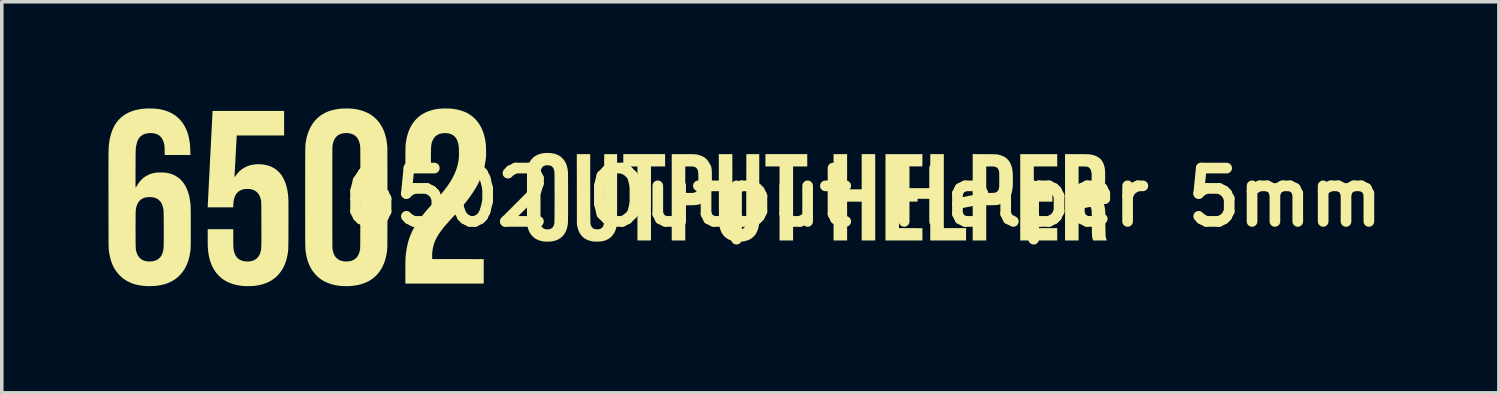
<source format=kicad_pcb>
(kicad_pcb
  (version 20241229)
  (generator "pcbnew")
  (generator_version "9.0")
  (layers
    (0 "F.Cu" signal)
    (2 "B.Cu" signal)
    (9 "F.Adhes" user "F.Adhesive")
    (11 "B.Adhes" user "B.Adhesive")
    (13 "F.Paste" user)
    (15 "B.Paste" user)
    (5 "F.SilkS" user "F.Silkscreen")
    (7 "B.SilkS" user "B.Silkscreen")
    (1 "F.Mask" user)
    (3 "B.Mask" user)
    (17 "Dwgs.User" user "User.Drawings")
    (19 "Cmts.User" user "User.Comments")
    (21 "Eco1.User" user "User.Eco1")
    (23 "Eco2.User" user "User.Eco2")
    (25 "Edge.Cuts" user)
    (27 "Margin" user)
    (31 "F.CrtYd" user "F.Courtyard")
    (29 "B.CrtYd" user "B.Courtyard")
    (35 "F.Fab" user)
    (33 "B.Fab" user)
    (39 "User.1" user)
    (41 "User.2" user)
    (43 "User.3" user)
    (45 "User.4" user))
  (footprint "6502 Output Helper 5mm"
    (layer "F.Cu")
    (at 21.237 2.499)
    (property "Reference" "6502 Output Helper 5mm" (at 0 0 0) (layer "F.SilkS") (effects (font (size 1.5 1.5) (thickness 0.3))))
    (attr board_only exclude_from_pos_files exclude_from_bom)
    (fp_poly (pts (xy 2.259 -0.173) (xy 2.259 0.867) (xy 2.572 0.867) (xy 2.885 0.867) (xy 2.885 1.041) (xy 2.885 1.214) (xy 2.382 1.214) (xy 1.878 1.214) (xy 1.878 0) (xy 1.878 -1.214) (xy 2.069 -1.214) (xy 2.259 -1.214)) (stroke (width 0) (type solid)) (fill yes) (layer "F.SilkS"))
    (fp_poly (pts (xy -5.58 -1.041) (xy -5.58 -0.867) (xy -5.779 -0.867) (xy -5.978 -0.867) (xy -5.978 0.173) (xy -5.978 1.214) (xy -6.168 1.214) (xy -6.358 1.214) (xy -6.358 0.173) (xy -6.358 -0.867) (xy -6.557 -0.867) (xy -6.756 -0.867) (xy -6.756 -1.041) (xy -6.756 -1.214) (xy -6.168 -1.214) (xy -5.58 -1.214)) (stroke (width 0) (type solid)) (fill yes) (layer "F.SilkS"))
    (fp_poly (pts (xy -1.582 -1.041) (xy -1.582 -0.867) (xy -1.781 -0.867) (xy -1.98 -0.867) (xy -1.98 0.173) (xy -1.98 1.214) (xy -2.17 1.214) (xy -2.361 1.214) (xy -2.361 0.173) (xy -2.361 -0.867) (xy -2.559 -0.867) (xy -2.758 -0.867) (xy -2.758 -1.041) (xy -2.758 -1.214) (xy -2.17 -1.214) (xy -1.582 -1.214)) (stroke (width 0) (type solid)) (fill yes) (layer "F.SilkS"))
    (fp_poly (pts (xy -0.461 -0.719) (xy -0.461 -0.224) (xy -0.256 -0.224) (xy -0.051 -0.224) (xy -0.051 -0.719) (xy -0.051 -1.214) (xy 0.14 -1.214) (xy 0.33 -1.214) (xy 0.33 0) (xy 0.33 1.214) (xy 0.14 1.214) (xy -0.051 1.214) (xy -0.051 0.668) (xy -0.051 0.123) (xy -0.256 0.123) (xy -0.461 0.123) (xy -0.461 0.668) (xy -0.461 1.214) (xy -0.651 1.214) (xy -0.842 1.214) (xy -0.842 0) (xy -0.842 -1.214) (xy -0.651 -1.214) (xy -0.461 -1.214)) (stroke (width 0) (type solid)) (fill yes) (layer "F.SilkS"))
    (fp_poly (pts (xy 1.657 -1.042) (xy 1.656 -0.869) (xy 1.327 -0.868) (xy 0.998 -0.867) (xy 0.998 -0.546) (xy 0.998 -0.224) (xy 1.261 -0.224) (xy 1.523 -0.224) (xy 1.522 -0.052) (xy 1.521 0.121) (xy 1.26 0.122) (xy 0.998 0.123) (xy 0.998 0.495) (xy 0.998 0.867) (xy 1.327 0.868) (xy 1.656 0.869) (xy 1.657 1.042) (xy 1.658 1.214) (xy 1.138 1.214) (xy 0.618 1.214) (xy 0.618 0) (xy 0.618 -1.214) (xy 1.138 -1.214) (xy 1.658 -1.214)) (stroke (width 0) (type solid)) (fill yes) (layer "F.SilkS"))
    (fp_poly (pts (xy 5.449 -1.041) (xy 5.449 -0.867) (xy 5.119 -0.867) (xy 4.789 -0.867) (xy 4.79 -0.547) (xy 4.791 -0.226) (xy 5.052 -0.225) (xy 5.314 -0.224) (xy 5.314 -0.051) (xy 5.314 0.123) (xy 5.051 0.123) (xy 4.789 0.123) (xy 4.789 0.495) (xy 4.789 0.867) (xy 5.119 0.867) (xy 5.449 0.867) (xy 5.449 1.041) (xy 5.449 1.214) (xy 4.929 1.214) (xy 4.408 1.214) (xy 4.408 0) (xy 4.408 -1.214) (xy 4.929 -1.214) (xy 5.449 -1.214)) (stroke (width 0) (type solid)) (fill yes) (layer "F.SilkS"))
    (fp_poly (pts (xy 3.405 -1.213) (xy 3.467 -1.213) (xy 3.521 -1.212) (xy 3.568 -1.212) (xy 3.608 -1.212) (xy 3.643 -1.211) (xy 3.672 -1.211) (xy 3.696 -1.21) (xy 3.716 -1.209) (xy 3.732 -1.209) (xy 3.745 -1.208) (xy 3.756 -1.207) (xy 3.765 -1.206) (xy 3.772 -1.204) (xy 3.774 -1.204) (xy 3.84 -1.188) (xy 3.9 -1.167) (xy 3.954 -1.142) (xy 4.001 -1.112) (xy 4.044 -1.076) (xy 4.081 -1.034) (xy 4.102 -1.005) (xy 4.132 -0.953) (xy 4.157 -0.895) (xy 4.176 -0.831) (xy 4.189 -0.761) (xy 4.197 -0.696) (xy 4.198 -0.674) (xy 4.199 -0.645) (xy 4.2 -0.61) (xy 4.2 -0.571) (xy 4.201 -0.53) (xy 4.201 -0.487) (xy 4.201 -0.445) (xy 4.2 -0.404) (xy 4.2 -0.367) (xy 4.199 -0.334) (xy 4.197 -0.307) (xy 4.197 -0.294) (xy 4.187 -0.217) (xy 4.173 -0.147) (xy 4.153 -0.083) (xy 4.127 -0.025) (xy 4.095 0.027) (xy 4.057 0.072) (xy 4.014 0.112) (xy 3.965 0.146) (xy 3.909 0.174) (xy 3.848 0.196) (xy 3.78 0.213) (xy 3.774 0.214) (xy 3.76 0.216) (xy 3.744 0.218) (xy 3.725 0.219) (xy 3.702 0.221) (xy 3.674 0.222) (xy 3.64 0.222) (xy 3.599 0.223) (xy 3.593 0.223) (xy 3.452 0.225) (xy 3.452 0.72) (xy 3.452 1.214) (xy 3.262 1.214) (xy 3.071 1.214) (xy 3.071 -0.000213) (xy 3.071 -0.495) (xy 3.452 -0.495) (xy 3.452 -0.123) (xy 3.561 -0.123) (xy 3.601 -0.123) (xy 3.632 -0.124) (xy 3.657 -0.124) (xy 3.676 -0.126) (xy 3.688 -0.128) (xy 3.691 -0.128) (xy 3.727 -0.142) (xy 3.757 -0.16) (xy 3.78 -0.184) (xy 3.794 -0.206) (xy 3.799 -0.218) (xy 3.805 -0.235) (xy 3.81 -0.253) (xy 3.81 -0.256) (xy 3.812 -0.264) (xy 3.813 -0.273) (xy 3.815 -0.283) (xy 3.816 -0.296) (xy 3.817 -0.311) (xy 3.817 -0.329) (xy 3.818 -0.353) (xy 3.818 -0.381) (xy 3.818 -0.416) (xy 3.818 -0.458) (xy 3.818 -0.497) (xy 3.818 -0.545) (xy 3.818 -0.586) (xy 3.818 -0.619) (xy 3.817 -0.647) (xy 3.817 -0.669) (xy 3.816 -0.687) (xy 3.815 -0.701) (xy 3.814 -0.712) (xy 3.813 -0.721) (xy 3.812 -0.729) (xy 3.811 -0.734) (xy 3.799 -0.77) (xy 3.785 -0.799) (xy 3.766 -0.822) (xy 3.744 -0.839) (xy 3.734 -0.845) (xy 3.72 -0.851) (xy 3.708 -0.856) (xy 3.695 -0.86) (xy 3.68 -0.863) (xy 3.662 -0.865) (xy 3.64 -0.866) (xy 3.612 -0.867) (xy 3.578 -0.867) (xy 3.561 -0.867) (xy 3.452 -0.867) (xy 3.452 -0.495) (xy 3.071 -0.495) (xy 3.071 -1.215)) (stroke (width 0) (type solid)) (fill yes) (layer "F.SilkS"))
    (fp_poly (pts (xy -5.019 -1.214) (xy -4.963 -1.214) (xy -4.914 -1.214) (xy -4.871 -1.213) (xy -4.834 -1.213) (xy -4.802 -1.212) (xy -4.775 -1.211) (xy -4.751 -1.21) (xy -4.73 -1.208) (xy -4.712 -1.206) (xy -4.695 -1.204) (xy -4.679 -1.201) (xy -4.664 -1.198) (xy -4.648 -1.194) (xy -4.636 -1.191) (xy -4.573 -1.172) (xy -4.516 -1.146) (xy -4.465 -1.114) (xy -4.42 -1.075) (xy -4.38 -1.031) (xy -4.346 -0.98) (xy -4.318 -0.923) (xy -4.295 -0.86) (xy -4.29 -0.842) (xy -4.285 -0.823) (xy -4.281 -0.806) (xy -4.278 -0.79) (xy -4.275 -0.773) (xy -4.272 -0.756) (xy -4.27 -0.737) (xy -4.269 -0.716) (xy -4.268 -0.691) (xy -4.267 -0.662) (xy -4.267 -0.628) (xy -4.267 -0.588) (xy -4.266 -0.541) (xy -4.266 -0.495) (xy -4.266 -0.444) (xy -4.267 -0.4) (xy -4.267 -0.364) (xy -4.267 -0.333) (xy -4.267 -0.308) (xy -4.268 -0.287) (xy -4.269 -0.27) (xy -4.27 -0.256) (xy -4.271 -0.244) (xy -4.272 -0.233) (xy -4.274 -0.223) (xy -4.274 -0.222) (xy -4.288 -0.157) (xy -4.305 -0.099) (xy -4.326 -0.047) (xy -4.351 -0.001) (xy -4.381 0.041) (xy -4.405 0.07) (xy -4.441 0.104) (xy -4.478 0.133) (xy -4.52 0.158) (xy -4.53 0.163) (xy -4.563 0.178) (xy -4.596 0.191) (xy -4.629 0.201) (xy -4.665 0.209) (xy -4.704 0.215) (xy -4.748 0.22) (xy -4.797 0.223) (xy -4.852 0.224) (xy -4.893 0.224) (xy -5.013 0.224) (xy -5.013 0.719) (xy -5.013 1.214) (xy -5.204 1.214) (xy -5.394 1.214) (xy -5.394 0) (xy -5.394 -0.495) (xy -5.013 -0.495) (xy -5.013 -0.123) (xy -4.902 -0.123) (xy -4.862 -0.123) (xy -4.83 -0.123) (xy -4.805 -0.124) (xy -4.787 -0.126) (xy -4.774 -0.128) (xy -4.77 -0.128) (xy -4.736 -0.141) (xy -4.708 -0.158) (xy -4.686 -0.182) (xy -4.668 -0.211) (xy -4.656 -0.247) (xy -4.652 -0.266) (xy -4.65 -0.28) (xy -4.648 -0.302) (xy -4.647 -0.33) (xy -4.646 -0.363) (xy -4.645 -0.4) (xy -4.645 -0.439) (xy -4.644 -0.48) (xy -4.644 -0.521) (xy -4.645 -0.562) (xy -4.645 -0.601) (xy -4.646 -0.636) (xy -4.647 -0.668) (xy -4.649 -0.694) (xy -4.65 -0.714) (xy -4.652 -0.723) (xy -4.661 -0.761) (xy -4.675 -0.793) (xy -4.693 -0.818) (xy -4.716 -0.837) (xy -4.745 -0.852) (xy -4.764 -0.859) (xy -4.773 -0.861) (xy -4.783 -0.863) (xy -4.795 -0.865) (xy -4.809 -0.866) (xy -4.827 -0.867) (xy -4.85 -0.867) (xy -4.88 -0.867) (xy -4.903 -0.867) (xy -5.013 -0.867) (xy -5.013 -0.495) (xy -5.394 -0.495) (xy -5.394 -1.214) (xy -5.083 -1.214)) (stroke (width 0) (type solid)) (fill yes) (layer "F.SilkS"))
    (fp_poly (pts (xy -7.686 -0.244) (xy -7.686 -0.136) (xy -7.685 -0.036) (xy -7.685 0.057) (xy -7.685 0.142) (xy -7.685 0.219) (xy -7.685 0.29) (xy -7.685 0.355) (xy -7.684 0.413) (xy -7.684 0.466) (xy -7.684 0.513) (xy -7.684 0.555) (xy -7.683 0.592) (xy -7.683 0.625) (xy -7.682 0.654) (xy -7.681 0.678) (xy -7.681 0.7) (xy -7.68 0.718) (xy -7.679 0.733) (xy -7.677 0.746) (xy -7.676 0.757) (xy -7.675 0.766) (xy -7.673 0.773) (xy -7.672 0.78) (xy -7.67 0.785) (xy -7.668 0.79) (xy -7.665 0.795) (xy -7.663 0.8) (xy -7.66 0.806) (xy -7.659 0.809) (xy -7.647 0.828) (xy -7.631 0.848) (xy -7.613 0.866) (xy -7.595 0.879) (xy -7.591 0.881) (xy -7.563 0.892) (xy -7.53 0.899) (xy -7.494 0.902) (xy -7.458 0.9) (xy -7.425 0.894) (xy -7.419 0.893) (xy -7.395 0.883) (xy -7.372 0.869) (xy -7.352 0.854) (xy -7.343 0.845) (xy -7.332 0.828) (xy -7.32 0.806) (xy -7.311 0.781) (xy -7.303 0.757) (xy -7.303 0.753) (xy -7.302 0.749) (xy -7.301 0.743) (xy -7.3 0.737) (xy -7.3 0.729) (xy -7.299 0.718) (xy -7.299 0.706) (xy -7.298 0.691) (xy -7.298 0.673) (xy -7.298 0.652) (xy -7.297 0.627) (xy -7.297 0.598) (xy -7.297 0.565) (xy -7.296 0.528) (xy -7.296 0.485) (xy -7.296 0.437) (xy -7.296 0.384) (xy -7.296 0.325) (xy -7.295 0.259) (xy -7.295 0.187) (xy -7.295 0.108) (xy -7.295 0.022) (xy -7.295 -0.072) (xy -7.295 -0.174) (xy -7.295 -0.244) (xy -7.293 -1.214) (xy -7.111 -1.214) (xy -6.93 -1.214) (xy -6.93 -0.256) (xy -6.93 -0.131) (xy -6.93 -0.015) (xy -6.93 0.093) (xy -6.93 0.192) (xy -6.93 0.283) (xy -6.93 0.366) (xy -6.931 0.44) (xy -6.931 0.507) (xy -6.931 0.565) (xy -6.932 0.615) (xy -6.932 0.657) (xy -6.932 0.69) (xy -6.933 0.716) (xy -6.933 0.734) (xy -6.934 0.744) (xy -6.934 0.744) (xy -6.945 0.817) (xy -6.961 0.884) (xy -6.983 0.945) (xy -7.01 1.001) (xy -7.043 1.051) (xy -7.079 1.095) (xy -7.109 1.124) (xy -7.139 1.149) (xy -7.171 1.169) (xy -7.199 1.185) (xy -7.237 1.203) (xy -7.274 1.217) (xy -7.312 1.228) (xy -7.352 1.236) (xy -7.396 1.242) (xy -7.445 1.245) (xy -7.48 1.246) (xy -7.507 1.246) (xy -7.533 1.246) (xy -7.556 1.246) (xy -7.573 1.246) (xy -7.584 1.246) (xy -7.585 1.245) (xy -7.656 1.233) (xy -7.721 1.216) (xy -7.78 1.192) (xy -7.833 1.163) (xy -7.881 1.128) (xy -7.924 1.086) (xy -7.961 1.037) (xy -7.979 1.011) (xy -8 0.971) (xy -8.019 0.928) (xy -8.034 0.879) (xy -8.048 0.823) (xy -8.052 0.806) (xy -8.061 0.759) (xy -8.062 -0.227) (xy -8.064 -1.214) (xy -7.875 -1.214) (xy -7.687 -1.214)) (stroke (width 0) (type solid)) (fill yes) (layer "F.SilkS"))
    (fp_poly (pts (xy -3.688 -0.244) (xy -3.688 -0.136) (xy -3.688 -0.036) (xy -3.687 0.057) (xy -3.687 0.142) (xy -3.687 0.219) (xy -3.687 0.29) (xy -3.687 0.355) (xy -3.687 0.413) (xy -3.686 0.466) (xy -3.686 0.513) (xy -3.686 0.555) (xy -3.685 0.592) (xy -3.685 0.625) (xy -3.684 0.654) (xy -3.683 0.678) (xy -3.683 0.7) (xy -3.682 0.718) (xy -3.681 0.733) (xy -3.68 0.746) (xy -3.678 0.757) (xy -3.677 0.766) (xy -3.675 0.773) (xy -3.674 0.78) (xy -3.672 0.785) (xy -3.67 0.79) (xy -3.667 0.795) (xy -3.665 0.8) (xy -3.662 0.806) (xy -3.661 0.809) (xy -3.649 0.828) (xy -3.633 0.848) (xy -3.615 0.866) (xy -3.597 0.879) (xy -3.594 0.881) (xy -3.564 0.893) (xy -3.529 0.899) (xy -3.492 0.902) (xy -3.455 0.899) (xy -3.42 0.892) (xy -3.391 0.881) (xy -3.373 0.869) (xy -3.355 0.852) (xy -3.338 0.832) (xy -3.325 0.812) (xy -3.324 0.809) (xy -3.321 0.803) (xy -3.318 0.797) (xy -3.316 0.792) (xy -3.314 0.788) (xy -3.312 0.782) (xy -3.31 0.777) (xy -3.308 0.77) (xy -3.307 0.762) (xy -3.306 0.752) (xy -3.304 0.74) (xy -3.303 0.726) (xy -3.302 0.709) (xy -3.301 0.69) (xy -3.301 0.667) (xy -3.3 0.64) (xy -3.3 0.609) (xy -3.299 0.574) (xy -3.299 0.535) (xy -3.298 0.49) (xy -3.298 0.441) (xy -3.298 0.385) (xy -3.298 0.324) (xy -3.298 0.256) (xy -3.297 0.182) (xy -3.297 0.1) (xy -3.297 0.012) (xy -3.297 -0.084) (xy -3.297 -0.189) (xy -3.297 -0.244) (xy -3.295 -1.214) (xy -3.114 -1.214) (xy -2.932 -1.214) (xy -2.932 -0.256) (xy -2.932 -0.131) (xy -2.932 -0.015) (xy -2.932 0.093) (xy -2.932 0.192) (xy -2.932 0.283) (xy -2.932 0.366) (xy -2.933 0.44) (xy -2.933 0.507) (xy -2.933 0.565) (xy -2.934 0.615) (xy -2.934 0.657) (xy -2.935 0.69) (xy -2.935 0.716) (xy -2.936 0.734) (xy -2.936 0.744) (xy -2.936 0.744) (xy -2.947 0.817) (xy -2.964 0.886) (xy -2.987 0.949) (xy -3.014 1.006) (xy -3.035 1.038) (xy -3.054 1.064) (xy -3.078 1.091) (xy -3.105 1.117) (xy -3.131 1.14) (xy -3.154 1.157) (xy -3.202 1.186) (xy -3.253 1.208) (xy -3.309 1.226) (xy -3.349 1.236) (xy -3.373 1.24) (xy -3.404 1.243) (xy -3.439 1.245) (xy -3.477 1.246) (xy -3.514 1.247) (xy -3.551 1.246) (xy -3.583 1.245) (xy -3.61 1.242) (xy -3.613 1.242) (xy -3.682 1.228) (xy -3.746 1.208) (xy -3.804 1.181) (xy -3.857 1.148) (xy -3.904 1.109) (xy -3.945 1.064) (xy -3.98 1.013) (xy -4.009 0.955) (xy -4.033 0.892) (xy -4.046 0.842) (xy -4.048 0.832) (xy -4.05 0.822) (xy -4.052 0.813) (xy -4.054 0.804) (xy -4.056 0.795) (xy -4.057 0.785) (xy -4.059 0.774) (xy -4.06 0.762) (xy -4.061 0.748) (xy -4.062 0.732) (xy -4.063 0.713) (xy -4.064 0.692) (xy -4.064 0.668) (xy -4.065 0.64) (xy -4.065 0.608) (xy -4.066 0.572) (xy -4.066 0.532) (xy -4.067 0.487) (xy -4.067 0.437) (xy -4.067 0.381) (xy -4.067 0.32) (xy -4.068 0.252) (xy -4.068 0.178) (xy -4.068 0.097) (xy -4.068 0.008) (xy -4.068 -0.088) (xy -4.068 -0.192) (xy -4.069 -0.246) (xy -4.07 -1.214) (xy -3.88 -1.214) (xy -3.689 -1.214)) (stroke (width 0) (type solid)) (fill yes) (layer "F.SilkS"))
    (fp_poly (pts (xy 6.041 -1.214) (xy 6.097 -1.214) (xy 6.148 -1.214) (xy 6.195 -1.213) (xy 6.236 -1.213) (xy 6.271 -1.212) (xy 6.3 -1.211) (xy 6.321 -1.211) (xy 6.335 -1.21) (xy 6.336 -1.21) (xy 6.408 -1.199) (xy 6.473 -1.184) (xy 6.532 -1.164) (xy 6.584 -1.138) (xy 6.63 -1.108) (xy 6.67 -1.071) (xy 6.704 -1.029) (xy 6.733 -0.982) (xy 6.757 -0.928) (xy 6.757 -0.928) (xy 6.765 -0.905) (xy 6.772 -0.882) (xy 6.778 -0.856) (xy 6.785 -0.825) (xy 6.786 -0.816) (xy 6.789 -0.803) (xy 6.791 -0.79) (xy 6.792 -0.775) (xy 6.794 -0.758) (xy 6.795 -0.738) (xy 6.795 -0.713) (xy 6.796 -0.682) (xy 6.797 -0.644) (xy 6.797 -0.619) (xy 6.798 -0.57) (xy 6.798 -0.525) (xy 6.797 -0.486) (xy 6.797 -0.453) (xy 6.795 -0.428) (xy 6.795 -0.416) (xy 6.785 -0.346) (xy 6.77 -0.283) (xy 6.75 -0.226) (xy 6.724 -0.176) (xy 6.692 -0.131) (xy 6.655 -0.093) (xy 6.612 -0.061) (xy 6.584 -0.045) (xy 6.569 -0.037) (xy 6.557 -0.03) (xy 6.551 -0.025) (xy 6.55 -0.024) (xy 6.554 -0.021) (xy 6.564 -0.016) (xy 6.578 -0.01) (xy 6.582 -0.008) (xy 6.623 0.012) (xy 6.66 0.037) (xy 6.692 0.067) (xy 6.72 0.103) (xy 6.743 0.145) (xy 6.762 0.194) (xy 6.778 0.25) (xy 6.79 0.313) (xy 6.793 0.329) (xy 6.794 0.339) (xy 6.795 0.351) (xy 6.796 0.365) (xy 6.797 0.382) (xy 6.798 0.401) (xy 6.799 0.425) (xy 6.799 0.453) (xy 6.8 0.486) (xy 6.801 0.525) (xy 6.801 0.57) (xy 6.802 0.622) (xy 6.802 0.682) (xy 6.803 0.723) (xy 6.803 0.796) (xy 6.804 0.861) (xy 6.805 0.918) (xy 6.806 0.968) (xy 6.807 1.01) (xy 6.808 1.044) (xy 6.809 1.071) (xy 6.81 1.089) (xy 6.811 1.098) (xy 6.818 1.132) (xy 6.826 1.165) (xy 6.836 1.193) (xy 6.837 1.196) (xy 6.845 1.214) (xy 6.651 1.214) (xy 6.457 1.214) (xy 6.448 1.186) (xy 6.444 1.17) (xy 6.44 1.154) (xy 6.436 1.138) (xy 6.433 1.121) (xy 6.431 1.102) (xy 6.428 1.081) (xy 6.427 1.057) (xy 6.425 1.029) (xy 6.424 0.997) (xy 6.423 0.96) (xy 6.423 0.918) (xy 6.422 0.869) (xy 6.422 0.813) (xy 6.422 0.75) (xy 6.422 0.715) (xy 6.422 0.661) (xy 6.422 0.61) (xy 6.421 0.562) (xy 6.421 0.518) (xy 6.42 0.479) (xy 6.42 0.446) (xy 6.419 0.42) (xy 6.418 0.4) (xy 6.418 0.388) (xy 6.418 0.387) (xy 6.41 0.341) (xy 6.4 0.302) (xy 6.386 0.269) (xy 6.368 0.242) (xy 6.353 0.226) (xy 6.336 0.211) (xy 6.317 0.2) (xy 6.296 0.19) (xy 6.271 0.183) (xy 6.242 0.178) (xy 6.207 0.175) (xy 6.165 0.174) (xy 6.135 0.174) (xy 6.05 0.173) (xy 6.05 0.694) (xy 6.05 1.214) (xy 5.859 1.214) (xy 5.669 1.214) (xy 5.669 0) (xy 5.669 -0.521) (xy 6.05 -0.521) (xy 6.05 -0.173) (xy 6.133 -0.174) (xy 6.161 -0.174) (xy 6.188 -0.174) (xy 6.213 -0.175) (xy 6.232 -0.176) (xy 6.245 -0.178) (xy 6.286 -0.187) (xy 6.322 -0.203) (xy 6.352 -0.225) (xy 6.377 -0.254) (xy 6.396 -0.29) (xy 6.408 -0.322) (xy 6.41 -0.334) (xy 6.412 -0.353) (xy 6.414 -0.378) (xy 6.415 -0.408) (xy 6.416 -0.442) (xy 6.417 -0.478) (xy 6.417 -0.515) (xy 6.417 -0.553) (xy 6.417 -0.589) (xy 6.417 -0.623) (xy 6.416 -0.653) (xy 6.414 -0.679) (xy 6.413 -0.699) (xy 6.412 -0.706) (xy 6.401 -0.749) (xy 6.386 -0.785) (xy 6.365 -0.815) (xy 6.339 -0.839) (xy 6.309 -0.855) (xy 6.309 -0.855) (xy 6.301 -0.858) (xy 6.293 -0.86) (xy 6.285 -0.862) (xy 6.274 -0.863) (xy 6.26 -0.864) (xy 6.241 -0.865) (xy 6.217 -0.866) (xy 6.186 -0.866) (xy 6.167 -0.866) (xy 6.05 -0.868) (xy 6.05 -0.521) (xy 5.669 -0.521) (xy 5.669 -1.214) (xy 5.982 -1.214)) (stroke (width 0) (type solid)) (fill yes) (layer "F.SilkS"))
    (fp_poly (pts (xy -11.702 -2.497) (xy -11.664 -2.497) (xy -11.63 -2.495) (xy -11.601 -2.494) (xy -11.587 -2.492) (xy -11.486 -2.479) (xy -11.39 -2.459) (xy -11.301 -2.434) (xy -11.217 -2.402) (xy -11.139 -2.365) (xy -11.066 -2.322) (xy -10.999 -2.272) (xy -10.937 -2.217) (xy -10.932 -2.212) (xy -10.875 -2.149) (xy -10.823 -2.082) (xy -10.778 -2.01) (xy -10.738 -1.934) (xy -10.704 -1.851) (xy -10.675 -1.763) (xy -10.651 -1.669) (xy -10.633 -1.568) (xy -10.625 -1.51) (xy -10.622 -1.484) (xy -10.62 -1.45) (xy -10.618 -1.411) (xy -10.617 -1.369) (xy -10.615 -1.325) (xy -10.615 -1.281) (xy -10.615 -1.238) (xy -10.615 -1.199) (xy -10.616 -1.164) (xy -10.618 -1.135) (xy -10.618 -1.132) (xy -10.632 -1.017) (xy -10.651 -0.904) (xy -10.678 -0.792) (xy -10.712 -0.681) (xy -10.753 -0.571) (xy -10.801 -0.461) (xy -10.856 -0.35) (xy -10.92 -0.239) (xy -10.991 -0.127) (xy -11.071 -0.013) (xy -11.071 -0.013) (xy -11.114 0.046) (xy -11.159 0.105) (xy -11.207 0.165) (xy -11.256 0.225) (xy -11.309 0.288) (xy -11.366 0.354) (xy -11.428 0.423) (xy -11.495 0.497) (xy -11.536 0.542) (xy -11.596 0.606) (xy -11.65 0.666) (xy -11.699 0.721) (xy -11.743 0.771) (xy -11.783 0.819) (xy -11.819 0.863) (xy -11.852 0.905) (xy -11.883 0.945) (xy -11.911 0.984) (xy -11.937 1.022) (xy -11.962 1.06) (xy -11.964 1.064) (xy -12.012 1.148) (xy -12.052 1.233) (xy -12.084 1.321) (xy -12.108 1.411) (xy -12.124 1.503) (xy -12.132 1.599) (xy -12.132 1.684) (xy -12.131 1.737) (xy -11.407 1.738) (xy -10.682 1.739) (xy -10.682 2.084) (xy -10.682 2.428) (xy -11.784 2.428) (xy -12.886 2.428) (xy -12.886 2.106) (xy -12.886 2.037) (xy -12.886 1.977) (xy -12.886 1.924) (xy -12.885 1.877) (xy -12.885 1.836) (xy -12.884 1.801) (xy -12.883 1.77) (xy -12.882 1.743) (xy -12.881 1.72) (xy -12.88 1.7) (xy -12.88 1.699) (xy -12.869 1.58) (xy -12.853 1.467) (xy -12.833 1.36) (xy -12.808 1.257) (xy -12.777 1.157) (xy -12.741 1.06) (xy -12.698 0.965) (xy -12.649 0.87) (xy -12.594 0.776) (xy -12.531 0.68) (xy -12.46 0.582) (xy -12.449 0.567) (xy -12.416 0.524) (xy -12.383 0.483) (xy -12.349 0.441) (xy -12.313 0.397) (xy -12.273 0.352) (xy -12.231 0.304) (xy -12.184 0.252) (xy -12.131 0.195) (xy -12.127 0.19) (xy -12.04 0.095) (xy -11.96 0.005) (xy -11.886 -0.081) (xy -11.819 -0.164) (xy -11.757 -0.243) (xy -11.701 -0.32) (xy -11.65 -0.394) (xy -11.605 -0.466) (xy -11.564 -0.536) (xy -11.528 -0.605) (xy -11.496 -0.674) (xy -11.468 -0.742) (xy -11.444 -0.81) (xy -11.424 -0.879) (xy -11.407 -0.949) (xy -11.393 -1.02) (xy -11.386 -1.07) (xy -11.383 -1.096) (xy -11.381 -1.128) (xy -11.379 -1.165) (xy -11.378 -1.206) (xy -11.378 -1.248) (xy -11.378 -1.29) (xy -11.379 -1.331) (xy -11.38 -1.369) (xy -11.382 -1.401) (xy -11.385 -1.428) (xy -11.385 -1.434) (xy -11.396 -1.496) (xy -11.41 -1.55) (xy -11.426 -1.597) (xy -11.446 -1.638) (xy -11.469 -1.674) (xy -11.496 -1.705) (xy -11.527 -1.733) (xy -11.548 -1.748) (xy -11.594 -1.772) (xy -11.644 -1.79) (xy -11.699 -1.801) (xy -11.758 -1.806) (xy -11.797 -1.805) (xy -11.858 -1.798) (xy -11.913 -1.786) (xy -11.963 -1.766) (xy -12.007 -1.741) (xy -12.046 -1.709) (xy -12.079 -1.67) (xy -12.107 -1.625) (xy -12.129 -1.574) (xy -12.136 -1.555) (xy -12.142 -1.537) (xy -12.147 -1.518) (xy -12.151 -1.499) (xy -12.155 -1.479) (xy -12.158 -1.456) (xy -12.16 -1.431) (xy -12.162 -1.403) (xy -12.164 -1.37) (xy -12.165 -1.333) (xy -12.166 -1.29) (xy -12.167 -1.241) (xy -12.167 -1.185) (xy -12.167 -1.122) (xy -12.167 -1.091) (xy -12.167 -0.808) (xy -12.527 -0.808) (xy -12.887 -0.808) (xy -12.885 -1.126) (xy -12.885 -1.188) (xy -12.884 -1.243) (xy -12.884 -1.29) (xy -12.883 -1.33) (xy -12.883 -1.365) (xy -12.882 -1.395) (xy -12.882 -1.42) (xy -12.881 -1.441) (xy -12.88 -1.46) (xy -12.879 -1.475) (xy -12.878 -1.489) (xy -12.876 -1.502) (xy -12.876 -1.504) (xy -12.86 -1.608) (xy -12.84 -1.704) (xy -12.815 -1.795) (xy -12.785 -1.879) (xy -12.75 -1.958) (xy -12.709 -2.032) (xy -12.663 -2.101) (xy -12.611 -2.165) (xy -12.554 -2.225) (xy -12.491 -2.28) (xy -12.424 -2.328) (xy -12.351 -2.37) (xy -12.272 -2.407) (xy -12.188 -2.437) (xy -12.098 -2.462) (xy -12.002 -2.481) (xy -11.913 -2.493) (xy -11.889 -2.494) (xy -11.858 -2.496) (xy -11.822 -2.497) (xy -11.783 -2.498) (xy -11.743 -2.498)) (stroke (width 0) (type solid)) (fill yes) (layer "F.SilkS"))
    (fp_poly (pts (xy -8.81 -1.245) (xy -8.739 -1.235) (xy -8.674 -1.22) (xy -8.613 -1.198) (xy -8.558 -1.169) (xy -8.508 -1.134) (xy -8.473 -1.103) (xy -8.432 -1.057) (xy -8.397 -1.006) (xy -8.368 -0.95) (xy -8.345 -0.888) (xy -8.328 -0.82) (xy -8.316 -0.746) (xy -8.313 -0.713) (xy -8.312 -0.702) (xy -8.312 -0.682) (xy -8.311 -0.655) (xy -8.311 -0.621) (xy -8.311 -0.582) (xy -8.31 -0.536) (xy -8.31 -0.486) (xy -8.31 -0.431) (xy -8.309 -0.373) (xy -8.309 -0.311) (xy -8.309 -0.246) (xy -8.309 -0.18) (xy -8.309 -0.112) (xy -8.309 -0.043) (xy -8.309 0.027) (xy -8.309 0.096) (xy -8.309 0.164) (xy -8.309 0.231) (xy -8.309 0.296) (xy -8.309 0.359) (xy -8.309 0.418) (xy -8.31 0.474) (xy -8.31 0.525) (xy -8.31 0.572) (xy -8.311 0.613) (xy -8.311 0.648) (xy -8.312 0.676) (xy -8.312 0.698) (xy -8.313 0.711) (xy -8.313 0.713) (xy -8.318 0.761) (xy -8.324 0.803) (xy -8.332 0.842) (xy -8.343 0.881) (xy -8.347 0.893) (xy -8.371 0.956) (xy -8.402 1.014) (xy -8.438 1.065) (xy -8.48 1.11) (xy -8.528 1.149) (xy -8.581 1.182) (xy -8.64 1.208) (xy -8.704 1.228) (xy -8.774 1.241) (xy -8.778 1.242) (xy -8.807 1.245) (xy -8.841 1.246) (xy -8.879 1.247) (xy -8.917 1.247) (xy -8.954 1.246) (xy -8.986 1.243) (xy -9.003 1.242) (xy -9.072 1.228) (xy -9.136 1.208) (xy -9.196 1.181) (xy -9.249 1.149) (xy -9.297 1.109) (xy -9.34 1.064) (xy -9.376 1.013) (xy -9.406 0.956) (xy -9.431 0.893) (xy -9.441 0.859) (xy -9.444 0.847) (xy -9.446 0.836) (xy -9.449 0.826) (xy -9.451 0.816) (xy -9.454 0.806) (xy -9.455 0.795) (xy -9.457 0.783) (xy -9.459 0.77) (xy -9.46 0.755) (xy -9.461 0.738) (xy -9.462 0.718) (xy -9.463 0.695) (xy -9.464 0.668) (xy -9.464 0.638) (xy -9.465 0.603) (xy -9.465 0.564) (xy -9.465 0.52) (xy -9.465 0.47) (xy -9.466 0.414) (xy -9.466 0.352) (xy -9.466 0.283) (xy -9.466 0.207) (xy -9.466 0.124) (xy -9.466 0.033) (xy -9.466 0) (xy -9.085 0) (xy -9.085 0.092) (xy -9.085 0.176) (xy -9.085 0.253) (xy -9.085 0.322) (xy -9.085 0.384) (xy -9.085 0.439) (xy -9.085 0.489) (xy -9.085 0.533) (xy -9.084 0.571) (xy -9.084 0.605) (xy -9.084 0.633) (xy -9.083 0.658) (xy -9.083 0.679) (xy -9.083 0.696) (xy -9.082 0.71) (xy -9.082 0.722) (xy -9.081 0.731) (xy -9.08 0.739) (xy -9.08 0.745) (xy -9.079 0.75) (xy -9.078 0.754) (xy -9.078 0.755) (xy -9.064 0.796) (xy -9.045 0.831) (xy -9.022 0.858) (xy -8.993 0.879) (xy -8.96 0.893) (xy -8.922 0.9) (xy -8.92 0.901) (xy -8.876 0.902) (xy -8.836 0.898) (xy -8.821 0.894) (xy -8.787 0.881) (xy -8.758 0.861) (xy -8.734 0.834) (xy -8.715 0.801) (xy -8.702 0.761) (xy -8.694 0.717) (xy -8.693 0.708) (xy -8.693 0.69) (xy -8.692 0.666) (xy -8.692 0.634) (xy -8.691 0.597) (xy -8.691 0.553) (xy -8.691 0.505) (xy -8.69 0.452) (xy -8.69 0.395) (xy -8.69 0.335) (xy -8.69 0.272) (xy -8.689 0.206) (xy -8.689 0.139) (xy -8.689 0.071) (xy -8.689 0.002) (xy -8.689 -0.067) (xy -8.689 -0.135) (xy -8.689 -0.202) (xy -8.69 -0.267) (xy -8.69 -0.331) (xy -8.69 -0.391) (xy -8.69 -0.448) (xy -8.691 -0.502) (xy -8.691 -0.55) (xy -8.691 -0.594) (xy -8.692 -0.632) (xy -8.692 -0.664) (xy -8.693 -0.689) (xy -8.693 -0.707) (xy -8.694 -0.717) (xy -8.694 -0.717) (xy -8.703 -0.763) (xy -8.716 -0.803) (xy -8.734 -0.835) (xy -8.758 -0.861) (xy -8.786 -0.88) (xy -8.821 -0.894) (xy -8.86 -0.9) (xy -8.888 -0.902) (xy -8.932 -0.899) (xy -8.969 -0.89) (xy -9.001 -0.875) (xy -9.027 -0.854) (xy -9.049 -0.826) (xy -9.066 -0.79) (xy -9.078 -0.754) (xy -9.079 -0.75) (xy -9.08 -0.745) (xy -9.08 -0.739) (xy -9.081 -0.731) (xy -9.082 -0.721) (xy -9.082 -0.709) (xy -9.083 -0.695) (xy -9.083 -0.677) (xy -9.083 -0.655) (xy -9.084 -0.63) (xy -9.084 -0.601) (xy -9.084 -0.566) (xy -9.084 -0.527) (xy -9.085 -0.482) (xy -9.085 -0.432) (xy -9.085 -0.375) (xy -9.085 -0.312) (xy -9.085 -0.241) (xy -9.085 -0.164) (xy -9.085 -0.078) (xy -9.085 0) (xy -9.466 0) (xy -9.466 -0.094) (xy -9.466 -0.18) (xy -9.466 -0.258) (xy -9.466 -0.329) (xy -9.466 -0.394) (xy -9.466 -0.451) (xy -9.465 -0.503) (xy -9.465 -0.549) (xy -9.465 -0.59) (xy -9.464 -0.626) (xy -9.464 -0.658) (xy -9.463 -0.686) (xy -9.462 -0.71) (xy -9.461 -0.731) (xy -9.46 -0.749) (xy -9.459 -0.765) (xy -9.458 -0.779) (xy -9.456 -0.791) (xy -9.454 -0.802) (xy -9.452 -0.813) (xy -9.45 -0.823) (xy -9.447 -0.833) (xy -9.445 -0.844) (xy -9.442 -0.855) (xy -9.441 -0.859) (xy -9.42 -0.925) (xy -9.393 -0.985) (xy -9.36 -1.039) (xy -9.321 -1.087) (xy -9.276 -1.129) (xy -9.226 -1.164) (xy -9.17 -1.194) (xy -9.109 -1.217) (xy -9.043 -1.234) (xy -8.971 -1.244) (xy -8.894 -1.248) (xy -8.887 -1.248)) (stroke (width 0) (type solid)) (fill yes) (layer "F.SilkS"))
    (fp_poly (pts (xy -16.296 -2.084) (xy -16.296 -1.739) (xy -16.962 -1.739) (xy -17.628 -1.739) (xy -17.63 -1.702) (xy -17.631 -1.693) (xy -17.632 -1.676) (xy -17.633 -1.652) (xy -17.635 -1.621) (xy -17.637 -1.584) (xy -17.639 -1.541) (xy -17.642 -1.493) (xy -17.645 -1.441) (xy -17.648 -1.385) (xy -17.651 -1.325) (xy -17.654 -1.263) (xy -17.658 -1.198) (xy -17.66 -1.153) (xy -17.664 -1.087) (xy -17.667 -1.023) (xy -17.67 -0.962) (xy -17.674 -0.904) (xy -17.677 -0.849) (xy -17.679 -0.798) (xy -17.682 -0.752) (xy -17.684 -0.712) (xy -17.686 -0.677) (xy -17.688 -0.649) (xy -17.689 -0.627) (xy -17.69 -0.613) (xy -17.69 -0.608) (xy -17.691 -0.592) (xy -17.691 -0.582) (xy -17.69 -0.577) (xy -17.687 -0.575) (xy -17.684 -0.575) (xy -17.675 -0.579) (xy -17.669 -0.588) (xy -17.66 -0.603) (xy -17.646 -0.623) (xy -17.629 -0.645) (xy -17.609 -0.669) (xy -17.589 -0.693) (xy -17.57 -0.714) (xy -17.557 -0.728) (xy -17.5 -0.777) (xy -17.438 -0.82) (xy -17.372 -0.856) (xy -17.301 -0.885) (xy -17.227 -0.907) (xy -17.197 -0.913) (xy -17.121 -0.924) (xy -17.043 -0.93) (xy -16.964 -0.929) (xy -16.887 -0.922) (xy -16.812 -0.909) (xy -16.74 -0.891) (xy -16.673 -0.867) (xy -16.648 -0.856) (xy -16.581 -0.82) (xy -16.518 -0.778) (xy -16.461 -0.728) (xy -16.408 -0.672) (xy -16.361 -0.61) (xy -16.32 -0.54) (xy -16.283 -0.464) (xy -16.251 -0.382) (xy -16.225 -0.293) (xy -16.204 -0.197) (xy -16.188 -0.094) (xy -16.178 0.014) (xy -16.177 0.017) (xy -16.177 0.03) (xy -16.176 0.049) (xy -16.176 0.073) (xy -16.175 0.103) (xy -16.175 0.138) (xy -16.174 0.181) (xy -16.174 0.229) (xy -16.174 0.284) (xy -16.174 0.347) (xy -16.174 0.416) (xy -16.174 0.493) (xy -16.174 0.578) (xy -16.174 0.671) (xy -16.174 0.768) (xy -16.174 0.859) (xy -16.175 0.942) (xy -16.175 1.017) (xy -16.175 1.086) (xy -16.175 1.147) (xy -16.175 1.203) (xy -16.176 1.252) (xy -16.176 1.297) (xy -16.177 1.336) (xy -16.177 1.371) (xy -16.178 1.401) (xy -16.179 1.429) (xy -16.18 1.453) (xy -16.181 1.474) (xy -16.182 1.493) (xy -16.183 1.51) (xy -16.185 1.526) (xy -16.187 1.541) (xy -16.189 1.555) (xy -16.191 1.569) (xy -16.194 1.584) (xy -16.197 1.599) (xy -16.2 1.616) (xy -16.201 1.625) (xy -16.223 1.724) (xy -16.251 1.818) (xy -16.285 1.906) (xy -16.325 1.989) (xy -16.371 2.066) (xy -16.423 2.136) (xy -16.481 2.201) (xy -16.544 2.26) (xy -16.613 2.312) (xy -16.687 2.358) (xy -16.766 2.398) (xy -16.851 2.431) (xy -16.941 2.457) (xy -16.942 2.458) (xy -16.988 2.468) (xy -17.039 2.478) (xy -17.091 2.486) (xy -17.14 2.492) (xy -17.156 2.493) (xy -17.179 2.494) (xy -17.207 2.496) (xy -17.237 2.497) (xy -17.269 2.497) (xy -17.301 2.498) (xy -17.331 2.499) (xy -17.358 2.499) (xy -17.381 2.499) (xy -17.397 2.498) (xy -17.4 2.498) (xy -17.412 2.497) (xy -17.43 2.495) (xy -17.451 2.493) (xy -17.472 2.492) (xy -17.568 2.48) (xy -17.66 2.461) (xy -17.749 2.437) (xy -17.833 2.405) (xy -17.913 2.368) (xy -17.987 2.325) (xy -18.055 2.277) (xy -18.062 2.271) (xy -18.088 2.249) (xy -18.116 2.221) (xy -18.146 2.191) (xy -18.174 2.16) (xy -18.2 2.13) (xy -18.221 2.103) (xy -18.224 2.099) (xy -18.271 2.027) (xy -18.312 1.951) (xy -18.347 1.871) (xy -18.377 1.786) (xy -18.402 1.696) (xy -18.421 1.6) (xy -18.435 1.498) (xy -18.439 1.456) (xy -18.44 1.436) (xy -18.442 1.412) (xy -18.443 1.384) (xy -18.443 1.352) (xy -18.444 1.314) (xy -18.445 1.27) (xy -18.445 1.219) (xy -18.445 1.16) (xy -18.445 1.141) (xy -18.445 0.897) (xy -18.085 0.897) (xy -17.726 0.897) (xy -17.726 1.141) (xy -17.726 1.187) (xy -17.725 1.232) (xy -17.725 1.274) (xy -17.725 1.313) (xy -17.724 1.348) (xy -17.724 1.378) (xy -17.723 1.401) (xy -17.722 1.418) (xy -17.722 1.425) (xy -17.712 1.492) (xy -17.696 1.553) (xy -17.676 1.607) (xy -17.65 1.654) (xy -17.619 1.695) (xy -17.583 1.729) (xy -17.541 1.757) (xy -17.494 1.779) (xy -17.441 1.794) (xy -17.382 1.803) (xy -17.355 1.805) (xy -17.292 1.805) (xy -17.233 1.798) (xy -17.179 1.784) (xy -17.131 1.764) (xy -17.087 1.737) (xy -17.049 1.703) (xy -17.016 1.663) (xy -16.988 1.617) (xy -16.967 1.564) (xy -16.952 1.51) (xy -16.949 1.5) (xy -16.947 1.489) (xy -16.945 1.479) (xy -16.944 1.467) (xy -16.942 1.455) (xy -16.941 1.441) (xy -16.94 1.425) (xy -16.939 1.407) (xy -16.938 1.386) (xy -16.937 1.361) (xy -16.937 1.333) (xy -16.936 1.301) (xy -16.936 1.264) (xy -16.935 1.222) (xy -16.935 1.175) (xy -16.935 1.122) (xy -16.935 1.062) (xy -16.935 0.996) (xy -16.935 0.923) (xy -16.936 0.842) (xy -16.936 0.755) (xy -16.936 0.669) (xy -16.936 0.592) (xy -16.936 0.522) (xy -16.937 0.459) (xy -16.937 0.402) (xy -16.937 0.352) (xy -16.937 0.308) (xy -16.938 0.269) (xy -16.938 0.235) (xy -16.939 0.206) (xy -16.939 0.181) (xy -16.94 0.159) (xy -16.941 0.14) (xy -16.942 0.124) (xy -16.943 0.111) (xy -16.944 0.099) (xy -16.946 0.089) (xy -16.948 0.079) (xy -16.949 0.07) (xy -16.952 0.062) (xy -16.954 0.052) (xy -16.957 0.042) (xy -16.957 0.039) (xy -16.976 -0.017) (xy -16.999 -0.067) (xy -17.029 -0.11) (xy -17.065 -0.148) (xy -17.105 -0.179) (xy -17.152 -0.203) (xy -17.204 -0.222) (xy -17.227 -0.227) (xy -17.256 -0.232) (xy -17.291 -0.234) (xy -17.329 -0.235) (xy -17.367 -0.234) (xy -17.403 -0.231) (xy -17.434 -0.227) (xy -17.442 -0.225) (xy -17.478 -0.214) (xy -17.515 -0.199) (xy -17.55 -0.181) (xy -17.58 -0.161) (xy -17.586 -0.156) (xy -17.621 -0.121) (xy -17.652 -0.08) (xy -17.677 -0.032) (xy -17.697 0.022) (xy -17.712 0.083) (xy -17.721 0.149) (xy -17.726 0.221) (xy -17.726 0.238) (xy -17.726 0.283) (xy -18.085 0.283) (xy -18.445 0.283) (xy -18.445 0.268) (xy -18.445 0.263) (xy -18.444 0.249) (xy -18.443 0.228) (xy -18.442 0.199) (xy -18.44 0.164) (xy -18.438 0.122) (xy -18.436 0.075) (xy -18.433 0.022) (xy -18.43 -0.035) (xy -18.427 -0.097) (xy -18.424 -0.163) (xy -18.42 -0.233) (xy -18.416 -0.306) (xy -18.413 -0.382) (xy -18.409 -0.46) (xy -18.407 -0.492) (xy -18.402 -0.582) (xy -18.397 -0.677) (xy -18.392 -0.776) (xy -18.387 -0.877) (xy -18.382 -0.98) (xy -18.377 -1.083) (xy -18.371 -1.186) (xy -18.366 -1.288) (xy -18.361 -1.387) (xy -18.356 -1.483) (xy -18.352 -1.575) (xy -18.347 -1.661) (xy -18.343 -1.74) (xy -18.339 -1.813) (xy -18.339 -1.815) (xy -18.336 -1.885) (xy -18.332 -1.952) (xy -18.329 -2.017) (xy -18.326 -2.079) (xy -18.323 -2.137) (xy -18.32 -2.19) (xy -18.318 -2.24) (xy -18.316 -2.284) (xy -18.314 -2.322) (xy -18.312 -2.354) (xy -18.311 -2.38) (xy -18.31 -2.398) (xy -18.31 -2.409) (xy -18.31 -2.411) (xy -18.31 -2.428) (xy -17.303 -2.428) (xy -16.296 -2.428)) (stroke (width 0) (type solid)) (fill yes) (layer "F.SilkS"))
    (fp_poly (pts (xy -14.492 -2.499) (xy -14.394 -2.493) (xy -14.31 -2.483) (xy -14.21 -2.465) (xy -14.116 -2.441) (xy -14.028 -2.41) (xy -13.945 -2.373) (xy -13.867 -2.329) (xy -13.795 -2.279) (xy -13.729 -2.222) (xy -13.668 -2.159) (xy -13.613 -2.09) (xy -13.563 -2.014) (xy -13.535 -1.965) (xy -13.497 -1.885) (xy -13.465 -1.799) (xy -13.438 -1.708) (xy -13.417 -1.611) (xy -13.402 -1.508) (xy -13.394 -1.428) (xy -13.394 -1.418) (xy -13.393 -1.4) (xy -13.393 -1.374) (xy -13.392 -1.341) (xy -13.392 -1.302) (xy -13.392 -1.255) (xy -13.392 -1.203) (xy -13.391 -1.145) (xy -13.391 -1.082) (xy -13.391 -1.013) (xy -13.391 -0.94) (xy -13.39 -0.863) (xy -13.39 -0.783) (xy -13.39 -0.699) (xy -13.39 -0.612) (xy -13.39 -0.522) (xy -13.39 -0.43) (xy -13.39 -0.337) (xy -13.39 -0.242) (xy -13.389 -0.146) (xy -13.389 -0.049) (xy -13.389 0.047) (xy -13.389 0.144) (xy -13.39 0.24) (xy -13.39 0.335) (xy -13.39 0.428) (xy -13.39 0.52) (xy -13.39 0.61) (xy -13.39 0.697) (xy -13.39 0.781) (xy -13.39 0.862) (xy -13.391 0.939) (xy -13.391 1.012) (xy -13.391 1.08) (xy -13.391 1.144) (xy -13.392 1.202) (xy -13.392 1.254) (xy -13.392 1.301) (xy -13.392 1.341) (xy -13.393 1.374) (xy -13.393 1.399) (xy -13.394 1.418) (xy -13.394 1.428) (xy -13.394 1.428) (xy -13.405 1.537) (xy -13.423 1.641) (xy -13.447 1.739) (xy -13.477 1.832) (xy -13.513 1.919) (xy -13.555 2.001) (xy -13.603 2.077) (xy -13.657 2.147) (xy -13.717 2.211) (xy -13.783 2.269) (xy -13.855 2.321) (xy -13.91 2.354) (xy -13.982 2.391) (xy -14.06 2.422) (xy -14.144 2.449) (xy -14.233 2.47) (xy -14.326 2.485) (xy -14.423 2.495) (xy -14.522 2.5) (xy -14.623 2.498) (xy -14.668 2.496) (xy -14.773 2.485) (xy -14.872 2.468) (xy -14.967 2.444) (xy -15.056 2.414) (xy -15.14 2.377) (xy -15.218 2.334) (xy -15.251 2.313) (xy -15.287 2.287) (xy -15.32 2.261) (xy -15.352 2.233) (xy -15.386 2.2) (xy -15.388 2.198) (xy -15.448 2.132) (xy -15.502 2.06) (xy -15.549 1.982) (xy -15.59 1.899) (xy -15.625 1.81) (xy -15.653 1.715) (xy -15.676 1.614) (xy -15.692 1.508) (xy -15.697 1.455) (xy -15.698 1.447) (xy -15.698 1.438) (xy -15.699 1.428) (xy -15.699 1.415) (xy -15.7 1.401) (xy -15.7 1.384) (xy -15.701 1.364) (xy -15.701 1.342) (xy -15.701 1.316) (xy -15.702 1.286) (xy -15.702 1.253) (xy -15.702 1.216) (xy -15.702 1.175) (xy -15.703 1.129) (xy -15.703 1.078) (xy -15.703 1.022) (xy -15.703 0.96) (xy -15.703 0.893) (xy -15.703 0.819) (xy -15.703 0.74) (xy -15.703 0.654) (xy -15.704 0.561) (xy -15.704 0.461) (xy -15.704 0.353) (xy -15.704 0.238) (xy -15.704 0.115) (xy -15.704 0) (xy -15.704 -0.011) (xy -14.94 -0.011) (xy -14.94 0) (xy -14.94 0.131) (xy -14.94 0.254) (xy -14.94 0.369) (xy -14.94 0.476) (xy -14.94 0.576) (xy -14.94 0.668) (xy -14.94 0.754) (xy -14.94 0.834) (xy -14.94 0.907) (xy -14.94 0.974) (xy -14.94 1.035) (xy -14.939 1.091) (xy -14.939 1.141) (xy -14.939 1.187) (xy -14.939 1.228) (xy -14.939 1.265) (xy -14.939 1.298) (xy -14.938 1.326) (xy -14.938 1.351) (xy -14.938 1.373) (xy -14.937 1.392) (xy -14.937 1.408) (xy -14.937 1.422) (xy -14.936 1.433) (xy -14.936 1.443) (xy -14.935 1.451) (xy -14.935 1.457) (xy -14.934 1.462) (xy -14.933 1.467) (xy -14.933 1.471) (xy -14.933 1.471) (xy -14.918 1.532) (xy -14.901 1.586) (xy -14.879 1.633) (xy -14.853 1.674) (xy -14.823 1.708) (xy -14.787 1.738) (xy -14.747 1.763) (xy -14.741 1.766) (xy -14.695 1.784) (xy -14.645 1.797) (xy -14.59 1.804) (xy -14.534 1.806) (xy -14.478 1.802) (xy -14.468 1.8) (xy -14.434 1.794) (xy -14.404 1.787) (xy -14.378 1.777) (xy -14.353 1.766) (xy -14.312 1.742) (xy -14.277 1.714) (xy -14.246 1.681) (xy -14.22 1.642) (xy -14.198 1.597) (xy -14.179 1.545) (xy -14.164 1.486) (xy -14.161 1.472) (xy -14.16 1.469) (xy -14.16 1.464) (xy -14.159 1.459) (xy -14.158 1.452) (xy -14.158 1.444) (xy -14.157 1.434) (xy -14.157 1.422) (xy -14.157 1.408) (xy -14.156 1.391) (xy -14.156 1.371) (xy -14.155 1.348) (xy -14.155 1.322) (xy -14.155 1.292) (xy -14.155 1.258) (xy -14.154 1.219) (xy -14.154 1.176) (xy -14.154 1.129) (xy -14.154 1.076) (xy -14.154 1.018) (xy -14.153 0.954) (xy -14.153 0.885) (xy -14.153 0.809) (xy -14.153 0.726) (xy -14.153 0.637) (xy -14.153 0.542) (xy -14.153 0.438) (xy -14.152 0.328) (xy -14.152 0.209) (xy -14.152 0.082) (xy -14.152 0.036) (xy -14.152 -0.109) (xy -14.152 -0.245) (xy -14.152 -0.373) (xy -14.152 -0.493) (xy -14.152 -0.605) (xy -14.152 -0.709) (xy -14.152 -0.805) (xy -14.152 -0.894) (xy -14.152 -0.975) (xy -14.152 -1.049) (xy -14.152 -1.116) (xy -14.152 -1.176) (xy -14.153 -1.229) (xy -14.153 -1.275) (xy -14.153 -1.315) (xy -14.154 -1.347) (xy -14.154 -1.374) (xy -14.154 -1.394) (xy -14.155 -1.408) (xy -14.155 -1.415) (xy -14.164 -1.483) (xy -14.179 -1.544) (xy -14.198 -1.599) (xy -14.223 -1.647) (xy -14.253 -1.689) (xy -14.289 -1.724) (xy -14.33 -1.754) (xy -14.353 -1.766) (xy -14.397 -1.784) (xy -14.445 -1.796) (xy -14.496 -1.804) (xy -14.549 -1.806) (xy -14.601 -1.803) (xy -14.652 -1.795) (xy -14.7 -1.783) (xy -14.743 -1.765) (xy -14.773 -1.749) (xy -14.81 -1.72) (xy -14.842 -1.687) (xy -14.869 -1.649) (xy -14.893 -1.605) (xy -14.912 -1.555) (xy -14.927 -1.497) (xy -14.933 -1.471) (xy -14.933 -1.467) (xy -14.934 -1.463) (xy -14.934 -1.458) (xy -14.935 -1.451) (xy -14.936 -1.444) (xy -14.936 -1.434) (xy -14.936 -1.423) (xy -14.937 -1.409) (xy -14.937 -1.394) (xy -14.938 -1.375) (xy -14.938 -1.353) (xy -14.938 -1.328) (xy -14.939 -1.3) (xy -14.939 -1.268) (xy -14.939 -1.231) (xy -14.939 -1.191) (xy -14.939 -1.145) (xy -14.939 -1.095) (xy -14.94 -1.04) (xy -14.94 -0.979) (xy -14.94 -0.912) (xy -14.94 -0.84) (xy -14.94 -0.761) (xy -14.94 -0.676) (xy -14.94 -0.583) (xy -14.94 -0.484) (xy -14.94 -0.377) (xy -14.94 -0.263) (xy -14.94 -0.141) (xy -14.94 -0.011) (xy -15.704 -0.011) (xy -15.704 -0.131) (xy -15.704 -0.255) (xy -15.704 -0.37) (xy -15.704 -0.478) (xy -15.704 -0.578) (xy -15.704 -0.672) (xy -15.703 -0.758) (xy -15.703 -0.839) (xy -15.703 -0.913) (xy -15.703 -0.981) (xy -15.703 -1.044) (xy -15.703 -1.101) (xy -15.702 -1.153) (xy -15.702 -1.201) (xy -15.702 -1.244) (xy -15.701 -1.283) (xy -15.701 -1.318) (xy -15.7 -1.349) (xy -15.7 -1.377) (xy -15.699 -1.403) (xy -15.698 -1.425) (xy -15.697 -1.445) (xy -15.696 -1.463) (xy -15.695 -1.479) (xy -15.694 -1.493) (xy -15.693 -1.507) (xy -15.691 -1.519) (xy -15.69 -1.53) (xy -15.688 -1.541) (xy -15.687 -1.552) (xy -15.685 -1.563) (xy -15.683 -1.574) (xy -15.681 -1.587) (xy -15.68 -1.589) (xy -15.66 -1.689) (xy -15.633 -1.784) (xy -15.6 -1.874) (xy -15.561 -1.958) (xy -15.516 -2.037) (xy -15.465 -2.11) (xy -15.409 -2.177) (xy -15.347 -2.238) (xy -15.28 -2.293) (xy -15.207 -2.341) (xy -15.129 -2.383) (xy -15.121 -2.387) (xy -15.044 -2.419) (xy -14.961 -2.445) (xy -14.874 -2.467) (xy -14.782 -2.483) (xy -14.687 -2.494) (xy -14.59 -2.499)) (stroke (width 0) (type solid)) (fill yes) (layer "F.SilkS"))
    (fp_poly (pts (xy -19.961 -2.496) (xy -19.873 -2.488) (xy -19.79 -2.476) (xy -19.723 -2.462) (xy -19.631 -2.437) (xy -19.545 -2.405) (xy -19.465 -2.368) (xy -19.391 -2.324) (xy -19.322 -2.274) (xy -19.259 -2.217) (xy -19.253 -2.212) (xy -19.195 -2.148) (xy -19.142 -2.079) (xy -19.096 -2.005) (xy -19.056 -1.926) (xy -19.021 -1.842) (xy -18.993 -1.751) (xy -18.97 -1.655) (xy -18.952 -1.552) (xy -18.946 -1.508) (xy -18.944 -1.486) (xy -18.942 -1.457) (xy -18.94 -1.424) (xy -18.938 -1.387) (xy -18.936 -1.348) (xy -18.934 -1.31) (xy -18.933 -1.273) (xy -18.932 -1.24) (xy -18.932 -1.217) (xy -18.932 -1.189) (xy -19.293 -1.189) (xy -19.654 -1.189) (xy -19.656 -1.313) (xy -19.657 -1.356) (xy -19.658 -1.392) (xy -19.66 -1.422) (xy -19.661 -1.445) (xy -19.664 -1.464) (xy -19.665 -1.473) (xy -19.679 -1.535) (xy -19.698 -1.589) (xy -19.721 -1.637) (xy -19.748 -1.679) (xy -19.78 -1.714) (xy -19.818 -1.744) (xy -19.826 -1.749) (xy -19.867 -1.771) (xy -19.913 -1.787) (xy -19.964 -1.799) (xy -20.017 -1.805) (xy -20.071 -1.806) (xy -20.125 -1.801) (xy -20.177 -1.792) (xy -20.226 -1.777) (xy -20.264 -1.76) (xy -20.302 -1.737) (xy -20.335 -1.711) (xy -20.364 -1.68) (xy -20.389 -1.645) (xy -20.411 -1.604) (xy -20.429 -1.557) (xy -20.444 -1.503) (xy -20.457 -1.443) (xy -20.466 -1.381) (xy -20.467 -1.372) (xy -20.468 -1.362) (xy -20.469 -1.349) (xy -20.47 -1.334) (xy -20.47 -1.316) (xy -20.471 -1.294) (xy -20.471 -1.268) (xy -20.472 -1.237) (xy -20.472 -1.202) (xy -20.473 -1.162) (xy -20.473 -1.115) (xy -20.473 -1.062) (xy -20.474 -1.003) (xy -20.474 -0.936) (xy -20.474 -0.862) (xy -20.474 -0.805) (xy -20.475 -0.727) (xy -20.475 -0.658) (xy -20.475 -0.596) (xy -20.475 -0.541) (xy -20.475 -0.493) (xy -20.475 -0.451) (xy -20.475 -0.415) (xy -20.475 -0.385) (xy -20.475 -0.359) (xy -20.475 -0.338) (xy -20.475 -0.321) (xy -20.474 -0.308) (xy -20.474 -0.297) (xy -20.473 -0.29) (xy -20.472 -0.285) (xy -20.471 -0.282) (xy -20.47 -0.28) (xy -20.469 -0.279) (xy -20.468 -0.279) (xy -20.468 -0.279) (xy -20.463 -0.281) (xy -20.457 -0.289) (xy -20.448 -0.302) (xy -20.436 -0.322) (xy -20.434 -0.326) (xy -20.391 -0.395) (xy -20.345 -0.457) (xy -20.293 -0.511) (xy -20.237 -0.559) (xy -20.176 -0.599) (xy -20.111 -0.633) (xy -20.047 -0.658) (xy -19.994 -0.674) (xy -19.94 -0.686) (xy -19.883 -0.694) (xy -19.822 -0.698) (xy -19.761 -0.699) (xy -19.686 -0.697) (xy -19.617 -0.691) (xy -19.553 -0.679) (xy -19.492 -0.663) (xy -19.432 -0.642) (xy -19.378 -0.618) (xy -19.313 -0.581) (xy -19.253 -0.538) (xy -19.198 -0.488) (xy -19.148 -0.432) (xy -19.102 -0.369) (xy -19.062 -0.299) (xy -19.054 -0.283) (xy -19.024 -0.217) (xy -18.998 -0.148) (xy -18.976 -0.076) (xy -18.958 0.001) (xy -18.944 0.084) (xy -18.941 0.106) (xy -18.938 0.125) (xy -18.935 0.144) (xy -18.933 0.162) (xy -18.931 0.179) (xy -18.929 0.197) (xy -18.928 0.216) (xy -18.927 0.237) (xy -18.925 0.259) (xy -18.924 0.283) (xy -18.924 0.311) (xy -18.923 0.342) (xy -18.922 0.377) (xy -18.922 0.416) (xy -18.922 0.46) (xy -18.921 0.51) (xy -18.921 0.566) (xy -18.921 0.628) (xy -18.921 0.697) (xy -18.921 0.774) (xy -18.921 0.85) (xy -18.921 0.933) (xy -18.921 1.008) (xy -18.921 1.075) (xy -18.921 1.136) (xy -18.921 1.19) (xy -18.921 1.238) (xy -18.922 1.28) (xy -18.922 1.318) (xy -18.923 1.352) (xy -18.924 1.381) (xy -18.924 1.407) (xy -18.925 1.43) (xy -18.927 1.451) (xy -18.928 1.47) (xy -18.93 1.488) (xy -18.932 1.505) (xy -18.934 1.522) (xy -18.936 1.538) (xy -18.939 1.556) (xy -18.942 1.575) (xy -18.945 1.591) (xy -18.965 1.69) (xy -18.991 1.784) (xy -19.024 1.874) (xy -19.063 1.958) (xy -19.108 2.037) (xy -19.159 2.11) (xy -19.216 2.177) (xy -19.279 2.239) (xy -19.348 2.294) (xy -19.384 2.32) (xy -19.458 2.363) (xy -19.537 2.401) (xy -19.621 2.433) (xy -19.711 2.458) (xy -19.807 2.478) (xy -19.892 2.49) (xy -19.912 2.492) (xy -19.939 2.493) (xy -19.97 2.495) (xy -20.004 2.496) (xy -20.038 2.497) (xy -20.073 2.498) (xy -20.105 2.499) (xy -20.133 2.499) (xy -20.156 2.498) (xy -20.169 2.498) (xy -20.248 2.491) (xy -20.32 2.482) (xy -20.387 2.471) (xy -20.448 2.458) (xy -20.506 2.443) (xy -20.562 2.424) (xy -20.616 2.402) (xy -20.671 2.377) (xy -20.687 2.369) (xy -20.755 2.331) (xy -20.818 2.288) (xy -20.877 2.238) (xy -20.926 2.191) (xy -20.982 2.129) (xy -21.031 2.063) (xy -21.075 1.993) (xy -21.113 1.919) (xy -21.146 1.839) (xy -21.174 1.754) (xy -21.197 1.662) (xy -21.216 1.564) (xy -21.227 1.481) (xy -21.228 1.474) (xy -21.229 1.468) (xy -21.229 1.46) (xy -21.23 1.451) (xy -21.23 1.44) (xy -21.231 1.428) (xy -21.231 1.413) (xy -21.232 1.396) (xy -21.232 1.377) (xy -21.233 1.354) (xy -21.233 1.329) (xy -21.233 1.299) (xy -21.234 1.266) (xy -21.234 1.229) (xy -21.234 1.188) (xy -21.234 1.142) (xy -21.234 1.091) (xy -21.235 1.034) (xy -21.235 0.973) (xy -21.235 0.905) (xy -21.235 0.897) (xy -20.474 0.897) (xy -20.474 0.901) (xy -20.474 0.981) (xy -20.474 1.052) (xy -20.473 1.116) (xy -20.473 1.173) (xy -20.473 1.224) (xy -20.473 1.269) (xy -20.473 1.308) (xy -20.472 1.342) (xy -20.471 1.372) (xy -20.47 1.397) (xy -20.469 1.42) (xy -20.468 1.439) (xy -20.467 1.455) (xy -20.465 1.47) (xy -20.463 1.483) (xy -20.461 1.495) (xy -20.458 1.506) (xy -20.455 1.518) (xy -20.452 1.53) (xy -20.448 1.542) (xy -20.448 1.543) (xy -20.428 1.598) (xy -20.403 1.647) (xy -20.372 1.689) (xy -20.336 1.725) (xy -20.295 1.754) (xy -20.249 1.777) (xy -20.198 1.793) (xy -20.171 1.798) (xy -20.155 1.801) (xy -20.141 1.803) (xy -20.134 1.804) (xy -20.133 1.804) (xy -20.124 1.805) (xy -20.108 1.806) (xy -20.087 1.805) (xy -20.063 1.804) (xy -20.039 1.803) (xy -20.016 1.801) (xy -19.995 1.8) (xy -19.979 1.797) (xy -19.974 1.797) (xy -19.92 1.781) (xy -19.871 1.759) (xy -19.829 1.732) (xy -19.791 1.698) (xy -19.76 1.658) (xy -19.734 1.611) (xy -19.713 1.558) (xy -19.697 1.498) (xy -19.697 1.498) (xy -19.695 1.484) (xy -19.692 1.469) (xy -19.69 1.453) (xy -19.688 1.435) (xy -19.687 1.415) (xy -19.685 1.392) (xy -19.684 1.366) (xy -19.683 1.336) (xy -19.682 1.302) (xy -19.682 1.263) (xy -19.681 1.219) (xy -19.681 1.169) (xy -19.681 1.113) (xy -19.681 1.05) (xy -19.681 0.98) (xy -19.681 0.903) (xy -19.681 0.846) (xy -19.682 0.772) (xy -19.682 0.706) (xy -19.682 0.648) (xy -19.683 0.597) (xy -19.683 0.552) (xy -19.683 0.513) (xy -19.684 0.479) (xy -19.684 0.451) (xy -19.685 0.426) (xy -19.685 0.406) (xy -19.686 0.389) (xy -19.687 0.376) (xy -19.688 0.364) (xy -19.689 0.355) (xy -19.69 0.347) (xy -19.69 0.345) (xy -19.702 0.284) (xy -19.718 0.23) (xy -19.737 0.183) (xy -19.761 0.142) (xy -19.789 0.106) (xy -19.808 0.087) (xy -19.843 0.057) (xy -19.881 0.034) (xy -19.923 0.016) (xy -19.969 0.004) (xy -20.021 -0.003) (xy -20.078 -0.006) (xy -20.138 -0.003) (xy -20.193 0.005) (xy -20.242 0.019) (xy -20.285 0.039) (xy -20.325 0.065) (xy -20.355 0.092) (xy -20.386 0.128) (xy -20.411 0.167) (xy -20.432 0.212) (xy -20.448 0.259) (xy -20.452 0.272) (xy -20.455 0.284) (xy -20.458 0.295) (xy -20.46 0.307) (xy -20.463 0.319) (xy -20.465 0.332) (xy -20.467 0.346) (xy -20.468 0.363) (xy -20.469 0.382) (xy -20.47 0.404) (xy -20.471 0.429) (xy -20.472 0.459) (xy -20.473 0.493) (xy -20.473 0.532) (xy -20.473 0.576) (xy -20.473 0.626) (xy -20.473 0.683) (xy -20.474 0.747) (xy -20.474 0.818) (xy -20.474 0.897) (xy -21.235 0.897) (xy -21.235 0.831) (xy -21.235 0.751) (xy -21.235 0.665) (xy -21.236 0.571) (xy -21.236 0.471) (xy -21.236 0.362) (xy -21.236 0.246) (xy -21.236 0.122) (xy -21.236 0.072) (xy -21.236 -0.059) (xy -21.236 -0.183) (xy -21.237 -0.298) (xy -21.237 -0.406) (xy -21.237 -0.506) (xy -21.237 -0.599) (xy -21.237 -0.686) (xy -21.237 -0.766) (xy -21.237 -0.84) (xy -21.237 -0.909) (xy -21.236 -0.971) (xy -21.236 -1.029) (xy -21.236 -1.081) (xy -21.236 -1.129) (xy -21.235 -1.173) (xy -21.235 -1.212) (xy -21.235 -1.248) (xy -21.234 -1.28) (xy -21.233 -1.308) (xy -21.233 -1.334) (xy -21.232 -1.357) (xy -21.231 -1.378) (xy -21.231 -1.397) (xy -21.23 -1.414) (xy -21.229 -1.43) (xy -21.228 -1.444) (xy -21.227 -1.457) (xy -21.225 -1.47) (xy -21.224 -1.483) (xy -21.223 -1.495) (xy -21.222 -1.498) (xy -21.207 -1.606) (xy -21.185 -1.708) (xy -21.158 -1.803) (xy -21.126 -1.893) (xy -21.088 -1.976) (xy -21.045 -2.053) (xy -20.996 -2.123) (xy -20.941 -2.188) (xy -20.881 -2.245) (xy -20.869 -2.256) (xy -20.8 -2.308) (xy -20.726 -2.354) (xy -20.647 -2.393) (xy -20.562 -2.427) (xy -20.472 -2.454) (xy -20.406 -2.468) (xy -20.321 -2.483) (xy -20.233 -2.493) (xy -20.142 -2.498) (xy -20.051 -2.499)) (stroke (width 0) (type solid)) (fill yes) (layer "F.SilkS")))
  (gr_rect
    (start -3 -3)
    (end 39.108 7.999)
    (stroke (width 0.1) (type default))
    (fill no)
    (layer "Edge.Cuts")))
</source>
